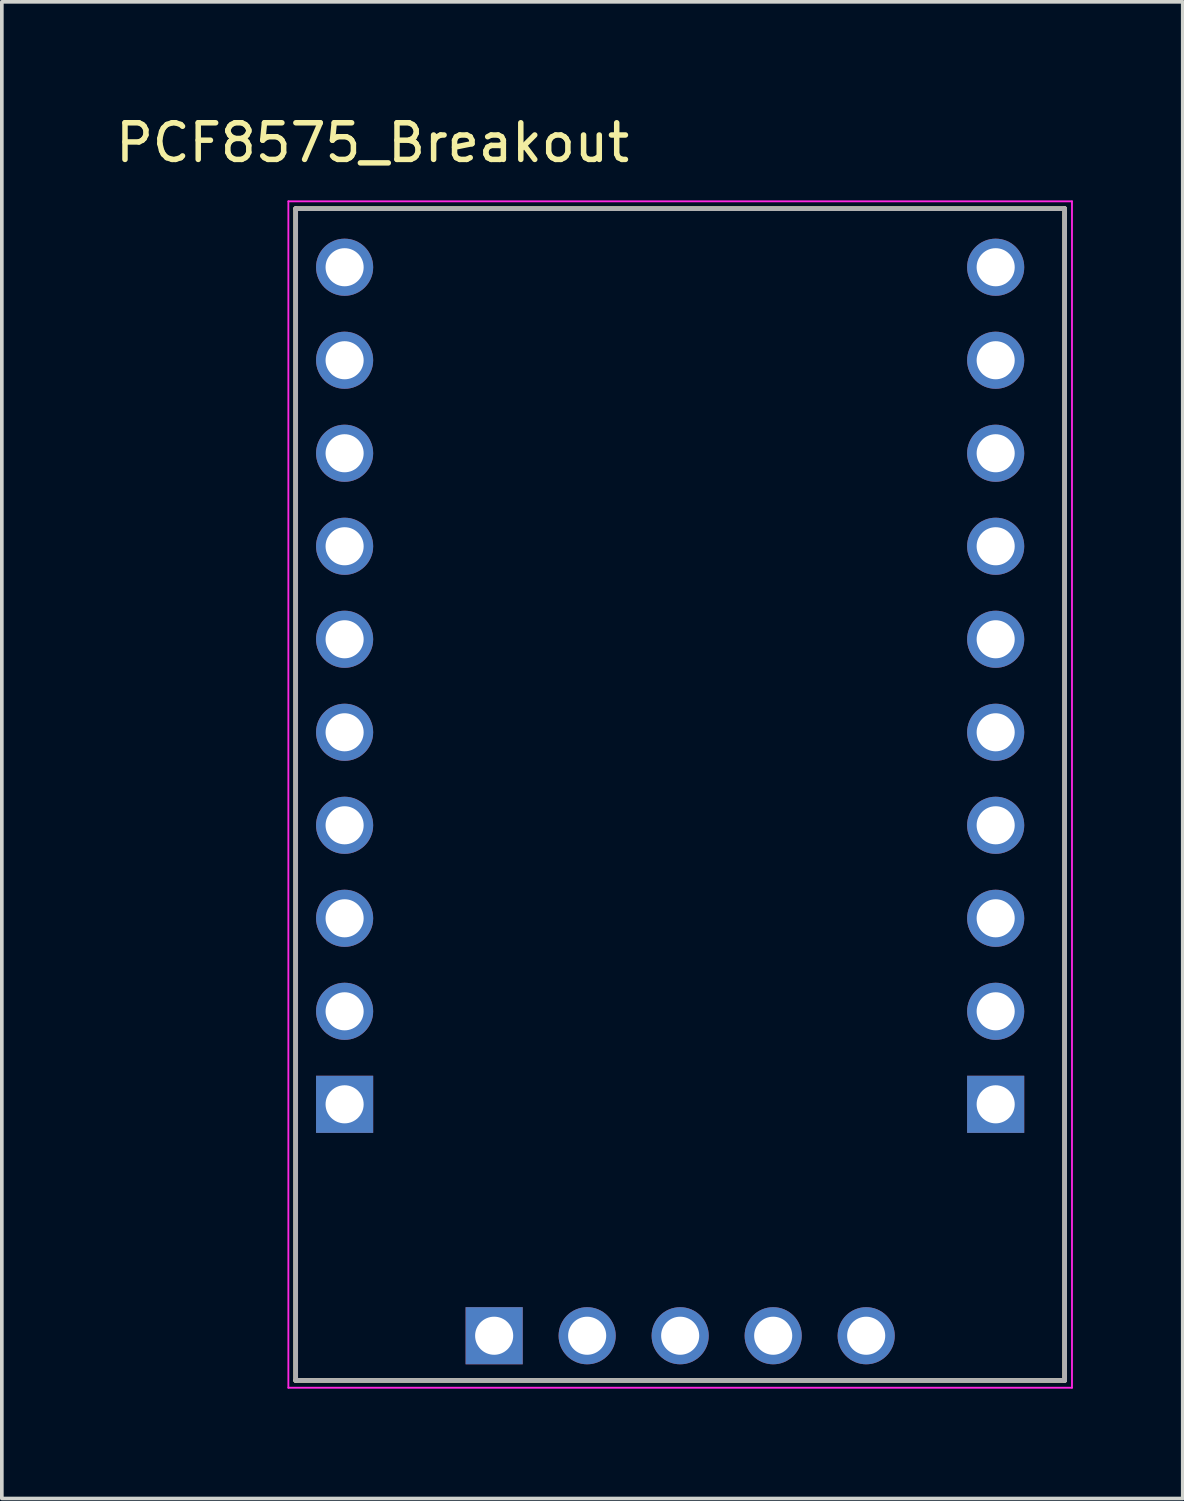
<source format=kicad_pcb>
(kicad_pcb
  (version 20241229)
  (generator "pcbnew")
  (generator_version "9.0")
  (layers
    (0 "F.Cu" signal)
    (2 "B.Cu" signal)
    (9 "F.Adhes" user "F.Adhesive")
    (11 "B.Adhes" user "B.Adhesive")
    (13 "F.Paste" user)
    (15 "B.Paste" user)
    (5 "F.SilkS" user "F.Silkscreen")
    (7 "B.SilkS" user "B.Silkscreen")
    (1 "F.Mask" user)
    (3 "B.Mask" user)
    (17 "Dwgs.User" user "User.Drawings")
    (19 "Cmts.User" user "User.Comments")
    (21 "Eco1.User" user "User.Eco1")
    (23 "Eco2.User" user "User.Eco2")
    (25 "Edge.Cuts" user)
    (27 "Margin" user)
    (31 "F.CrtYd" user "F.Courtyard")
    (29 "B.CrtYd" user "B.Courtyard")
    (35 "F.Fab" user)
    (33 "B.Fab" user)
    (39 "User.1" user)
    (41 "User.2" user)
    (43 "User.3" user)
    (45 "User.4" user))
  (footprint "PCF8575_Breakout"
    (layer "F.Cu")
    (at 6.625 32.208)
    (property "Reference" "PCF8575_Breakout" (at 0.5 -31.36 0) (unlocked yes) (layer "F.SilkS") (effects (font (size 1 1) (thickness 0.15))))
    (attr through_hole)
    (fp_line (start -1.6 -29.56) (end -1.6 2.44) (stroke (width 0.127) (type solid)) (layer "F.SilkS"))
    (fp_line (start -1.6 2.44) (end 19.4 2.44) (stroke (width 0.127) (type solid)) (layer "F.SilkS"))
    (fp_line (start 19.4 -29.56) (end -1.6 -29.56) (stroke (width 0.127) (type solid)) (layer "F.SilkS"))
    (fp_line (start 19.4 -29.56) (end 19.4 2.44) (stroke (width 0.127) (type solid)) (layer "F.SilkS"))
    (fp_line (start -1.8 -29.76) (end 19.6 -29.76) (stroke (width 0.05) (type solid)) (layer "F.CrtYd"))
    (fp_line (start -1.8 2.64) (end -1.8 -29.76) (stroke (width 0.05) (type solid)) (layer "F.CrtYd"))
    (fp_line (start 19.6 -29.76) (end 19.6 2.64) (stroke (width 0.05) (type solid)) (layer "F.CrtYd"))
    (fp_line (start 19.6 2.64) (end -1.8 2.64) (stroke (width 0.05) (type solid)) (layer "F.CrtYd"))
    (fp_line (start -1.6 -29.56) (end -1.6 2.44) (stroke (width 0.127) (type solid)) (layer "F.Fab"))
    (fp_line (start -1.6 -29.56) (end 19.4 -29.56) (stroke (width 0.127) (type solid)) (layer "F.Fab"))
    (fp_line (start 19.4 -29.56) (end 19.4 2.44) (stroke (width 0.127) (type solid)) (layer "F.Fab"))
    (fp_line (start 19.4 2.44) (end -1.6 2.44) (stroke (width 0.127) (type solid)) (layer "F.Fab"))
    (pad "1" thru_hole circle (at -0.264 -27.96) (size 1.56 1.56) (drill 1.04) (layers "*.Cu" "*.Mask"))
    (pad "2" thru_hole circle (at -0.264 -25.42) (size 1.56 1.56) (drill 1.04) (layers "*.Cu" "*.Mask"))
    (pad "3" thru_hole circle (at -0.264 -22.88) (size 1.56 1.56) (drill 1.04) (layers "*.Cu" "*.Mask"))
    (pad "4" thru_hole circle (at -0.264 -20.34) (size 1.56 1.56) (drill 1.04) (layers "*.Cu" "*.Mask"))
    (pad "5" thru_hole circle (at -0.264 -17.8) (size 1.56 1.56) (drill 1.04) (layers "*.Cu" "*.Mask"))
    (pad "6" thru_hole circle (at -0.264 -15.26) (size 1.56 1.56) (drill 1.04) (layers "*.Cu" "*.Mask"))
    (pad "7" thru_hole circle (at -0.264 -12.72) (size 1.56 1.56) (drill 1.04) (layers "*.Cu" "*.Mask"))
    (pad "8" thru_hole circle (at -0.264 -10.18) (size 1.56 1.56) (drill 1.04) (layers "*.Cu" "*.Mask"))
    (pad "9" thru_hole circle (at -0.264 -7.64) (size 1.56 1.56) (drill 1.04) (layers "*.Cu" "*.Mask"))
    (pad "10" thru_hole rect (at -0.264 -5.1) (size 1.56 1.56) (drill 1.04) (layers "*.Cu" "*.Mask"))
    (pad "11" thru_hole rect (at 3.82 1.22 90) (size 1.56 1.56) (drill 1.04) (layers "*.Cu" "*.Mask"))
    (pad "12" thru_hole circle (at 6.36 1.22 90) (size 1.56 1.56) (drill 1.04) (layers "*.Cu" "*.Mask"))
    (pad "13" thru_hole circle (at 8.9 1.22 90) (size 1.56 1.56) (drill 1.04) (layers "*.Cu" "*.Mask"))
    (pad "14" thru_hole circle (at 11.44 1.22 90) (size 1.56 1.56) (drill 1.04) (layers "*.Cu" "*.Mask"))
    (pad "15" thru_hole circle (at 13.98 1.22 90) (size 1.56 1.56) (drill 1.04) (layers "*.Cu" "*.Mask"))
    (pad "16" thru_hole rect (at 17.516 -5.1) (size 1.56 1.56) (drill 1.04) (layers "*.Cu" "*.Mask"))
    (pad "17" thru_hole circle (at 17.516 -7.64) (size 1.56 1.56) (drill 1.04) (layers "*.Cu" "*.Mask"))
    (pad "18" thru_hole circle (at 17.516 -10.18) (size 1.56 1.56) (drill 1.04) (layers "*.Cu" "*.Mask"))
    (pad "19" thru_hole circle (at 17.516 -12.72) (size 1.56 1.56) (drill 1.04) (layers "*.Cu" "*.Mask"))
    (pad "20" thru_hole circle (at 17.516 -15.26) (size 1.56 1.56) (drill 1.04) (layers "*.Cu" "*.Mask"))
    (pad "21" thru_hole circle (at 17.516 -17.8) (size 1.56 1.56) (drill 1.04) (layers "*.Cu" "*.Mask"))
    (pad "22" thru_hole circle (at 17.516 -20.34) (size 1.56 1.56) (drill 1.04) (layers "*.Cu" "*.Mask"))
    (pad "23" thru_hole circle (at 17.516 -22.88) (size 1.56 1.56) (drill 1.04) (layers "*.Cu" "*.Mask"))
    (pad "24" thru_hole circle (at 17.516 -25.42) (size 1.56 1.56) (drill 1.04) (layers "*.Cu" "*.Mask"))
    (pad "25" thru_hole circle (at 17.516 -27.96) (size 1.56 1.56) (drill 1.04) (layers "*.Cu" "*.Mask")))
  (gr_rect
    (start -3 -3)
    (end 29.25 37.873)
    (stroke (width 0.1) (type default))
    (fill no)
    (layer "Edge.Cuts")))
</source>
